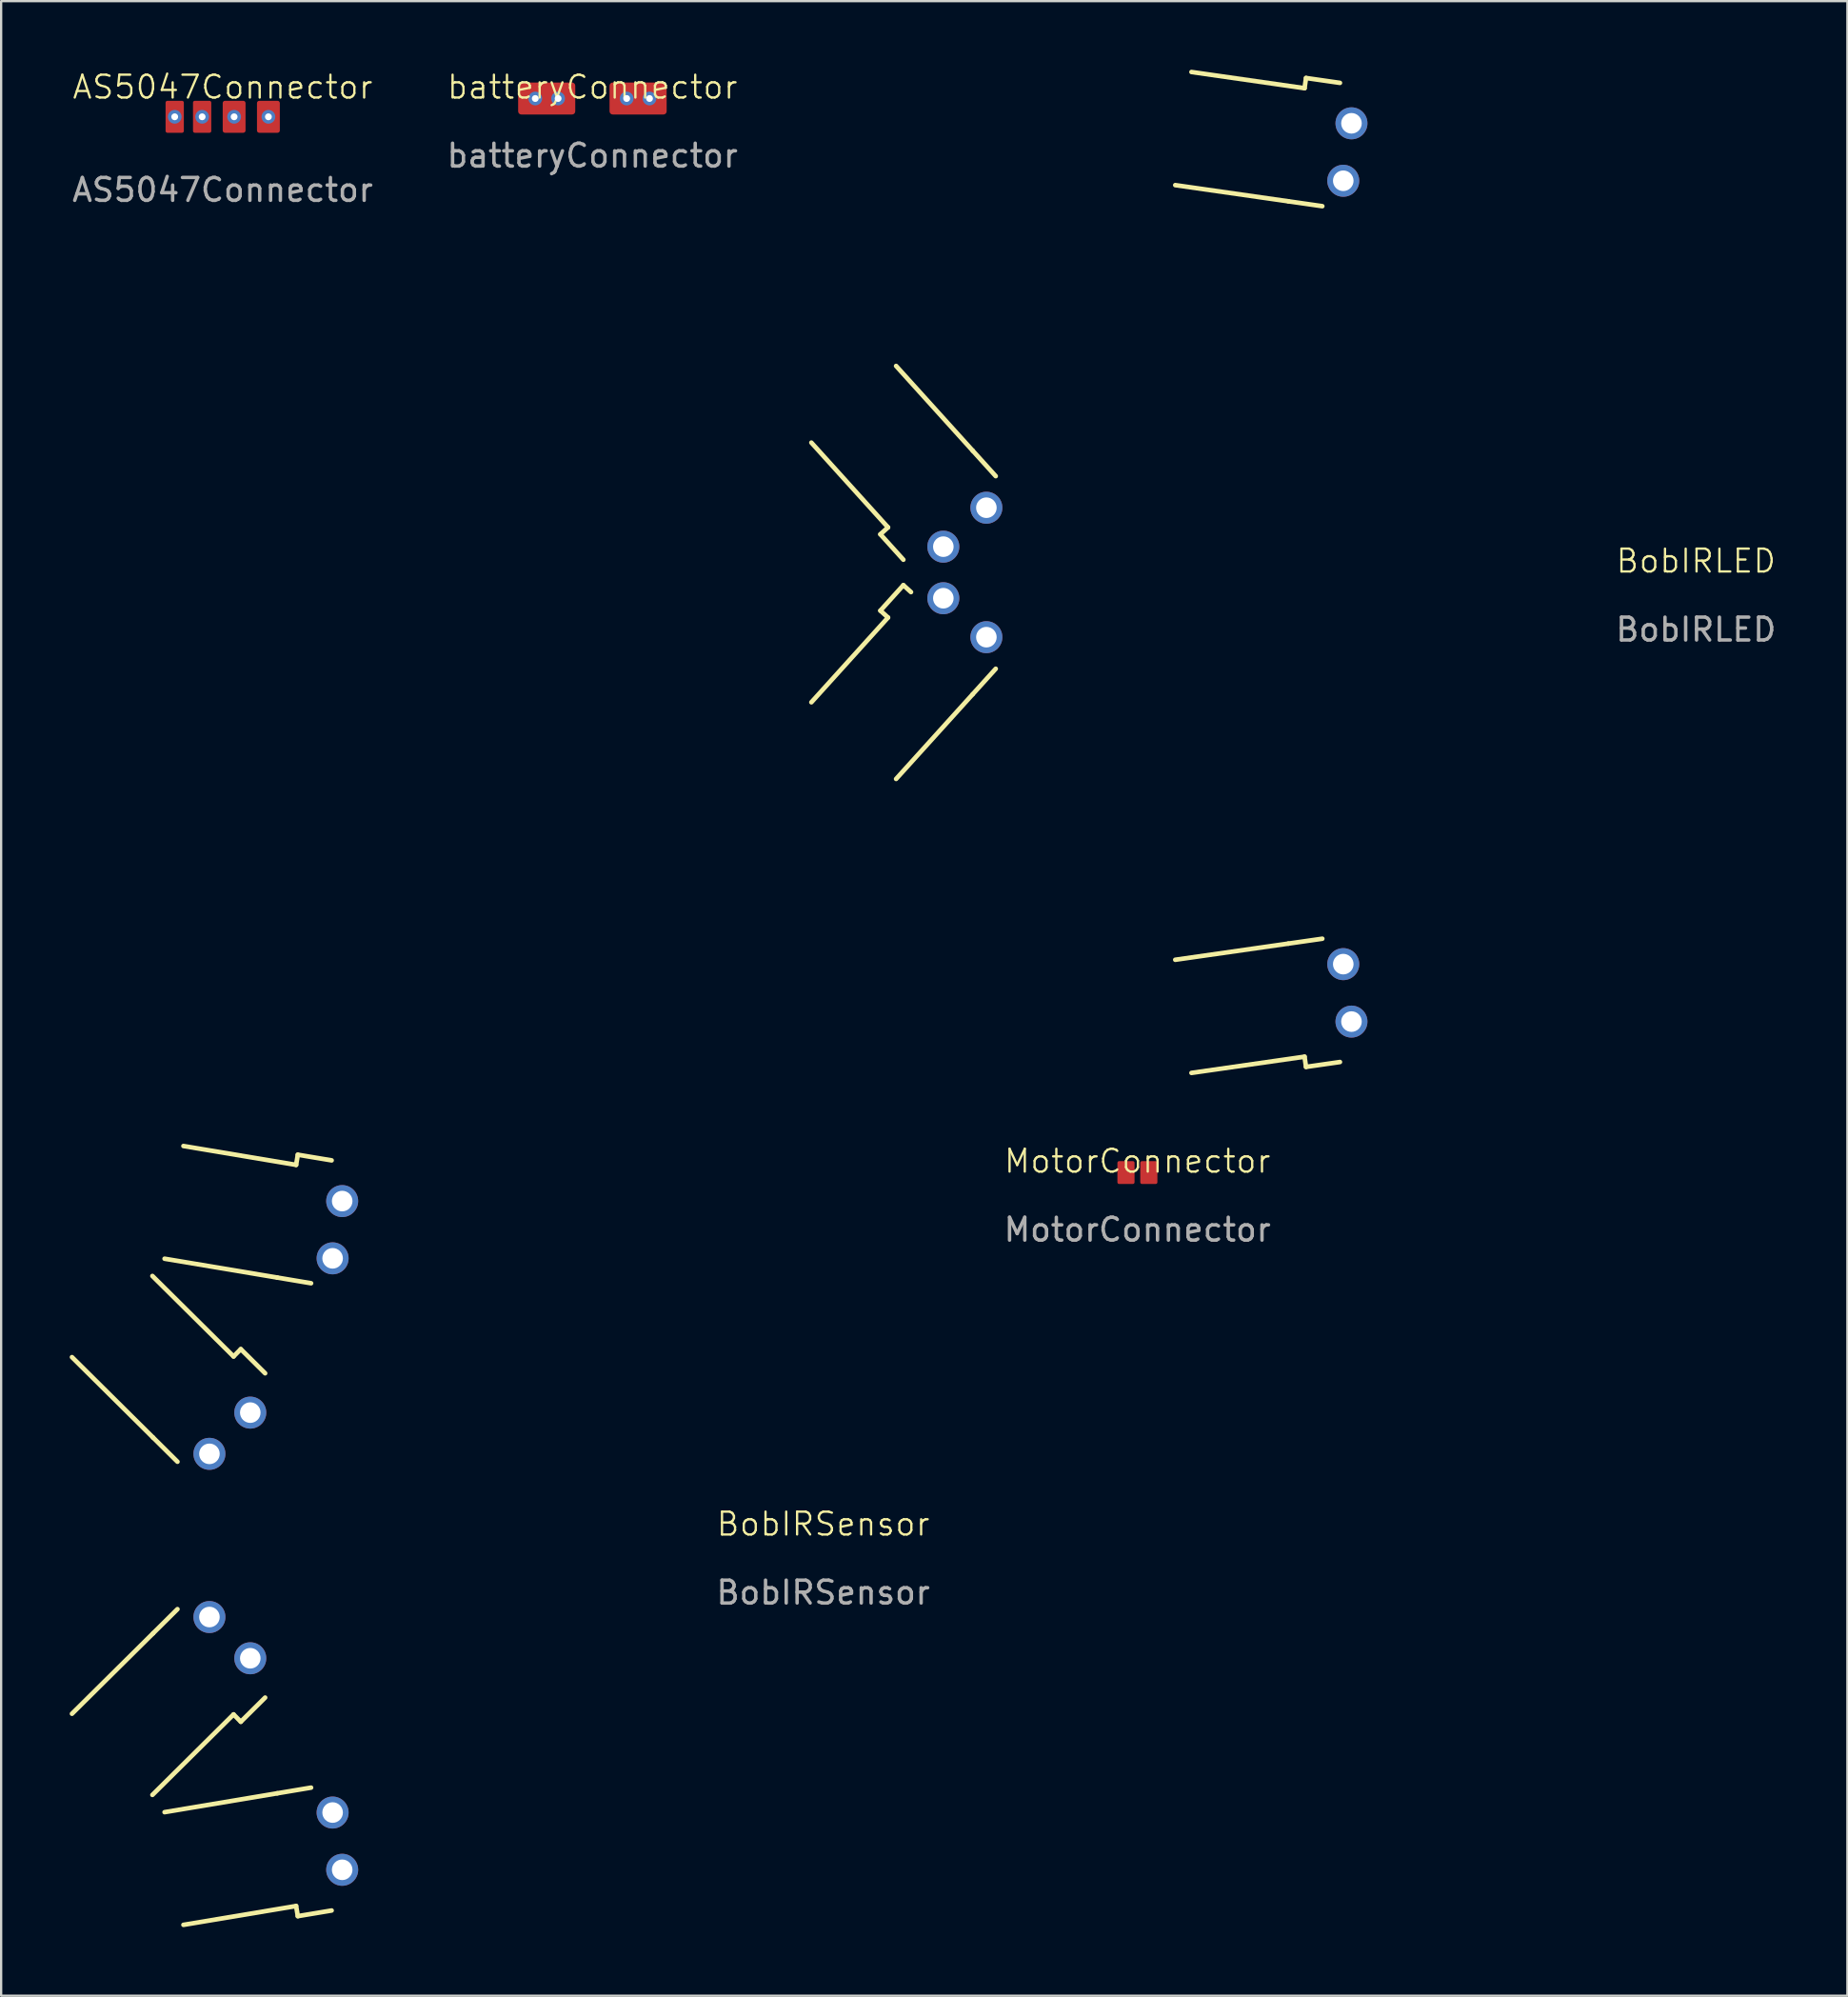
<source format=kicad_pcb>
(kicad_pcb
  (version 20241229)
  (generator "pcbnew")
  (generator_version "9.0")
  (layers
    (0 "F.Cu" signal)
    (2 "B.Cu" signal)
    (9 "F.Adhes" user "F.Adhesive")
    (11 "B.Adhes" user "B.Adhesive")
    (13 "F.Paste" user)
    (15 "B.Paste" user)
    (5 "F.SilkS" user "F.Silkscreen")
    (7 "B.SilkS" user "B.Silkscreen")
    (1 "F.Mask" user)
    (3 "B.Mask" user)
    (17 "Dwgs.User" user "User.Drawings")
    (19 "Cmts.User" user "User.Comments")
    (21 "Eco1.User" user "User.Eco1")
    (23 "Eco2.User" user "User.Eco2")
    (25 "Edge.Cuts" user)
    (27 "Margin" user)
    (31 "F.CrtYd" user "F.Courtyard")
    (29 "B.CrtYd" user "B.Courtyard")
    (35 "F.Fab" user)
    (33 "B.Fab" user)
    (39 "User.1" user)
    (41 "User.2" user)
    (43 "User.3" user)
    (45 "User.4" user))
  (footprint "MotorConnector"
    (layer "F.Cu")
    (at 46.726 48.252)
    (property "Reference" "MotorConnector" (at 0 -0.5 0) (unlocked yes) (layer "F.SilkS") (effects (font (size 1 1) (thickness 0.1))))
    (attr smd)
    (fp_text user "${REFERENCE}" (at 0 2.5 0) (unlocked yes) (layer "F.Fab") (effects (font (size 1 1) (thickness 0.15))))
    (pad "1" smd roundrect (at -0.5 0 90) (size 1 0.75) (layers "F.Cu" "F.Mask" "F.Paste") (roundrect_rratio 0.1))
    (pad "2" smd roundrect (at 0.5 0 90) (size 1 0.75) (layers "F.Cu" "F.Mask" "F.Paste") (roundrect_rratio 0.1)))
  (footprint "BobIRSensor"
    (layer "F.Cu")
    (at 32.976 64.129)
    (property "Reference" "BobIRSensor" (at 0 -0.5 0) (unlocked yes) (layer "F.SilkS") (effects (font (size 1 1) (thickness 0.1))))
    (attr through_hole)
    (fp_line (start -32.876 -7.801) (end -29.325 -4.281) (stroke (width 0.2) (type solid)) (layer "F.SilkS"))
    (fp_line (start -32.876 7.801) (end -29.325 4.281) (stroke (width 0.2) (type solid)) (layer "F.SilkS"))
    (fp_line (start -29.325 -4.281) (end -28.26 -3.225) (stroke (width 0.2) (type solid)) (layer "F.SilkS"))
    (fp_line (start -29.325 4.281) (end -28.26 3.225) (stroke (width 0.2) (type solid)) (layer "F.SilkS"))
    (fp_line (start -28.823 -12.107) (end -23.892 -11.282) (stroke (width 0.2) (type solid)) (layer "F.SilkS"))
    (fp_line (start -28.823 12.107) (end -23.892 11.282) (stroke (width 0.2) (type solid)) (layer "F.SilkS"))
    (fp_line (start -25.805 -7.831) (end -29.356 -11.352) (stroke (width 0.2) (type solid)) (layer "F.SilkS"))
    (fp_line (start -25.805 7.831) (end -29.356 11.352) (stroke (width 0.2) (type solid)) (layer "F.SilkS"))
    (fp_line (start -25.488 -8.151) (end -25.805 -7.831) (stroke (width 0.2) (type solid)) (layer "F.SilkS"))
    (fp_line (start -25.488 8.151) (end -25.805 7.831) (stroke (width 0.2) (type solid)) (layer "F.SilkS"))
    (fp_line (start -24.423 -7.095) (end -25.488 -8.151) (stroke (width 0.2) (type solid)) (layer "F.SilkS"))
    (fp_line (start -24.423 7.095) (end -25.488 8.151) (stroke (width 0.2) (type solid)) (layer "F.SilkS"))
    (fp_line (start -23.892 -11.282) (end -22.413 -11.034) (stroke (width 0.2) (type solid)) (layer "F.SilkS"))
    (fp_line (start -23.892 11.282) (end -22.413 11.034) (stroke (width 0.2) (type solid)) (layer "F.SilkS"))
    (fp_line (start -23.067 -16.213) (end -27.998 -17.038) (stroke (width 0.2) (type solid)) (layer "F.SilkS"))
    (fp_line (start -23.067 16.213) (end -27.998 17.038) (stroke (width 0.2) (type solid)) (layer "F.SilkS"))
    (fp_line (start -22.993 -16.657) (end -23.067 -16.213) (stroke (width 0.2) (type solid)) (layer "F.SilkS"))
    (fp_line (start -22.993 16.657) (end -23.067 16.213) (stroke (width 0.2) (type solid)) (layer "F.SilkS"))
    (fp_line (start -21.513 -16.41) (end -22.993 -16.657) (stroke (width 0.2) (type solid)) (layer "F.SilkS"))
    (fp_line (start -21.513 16.41) (end -22.993 16.657) (stroke (width 0.2) (type solid)) (layer "F.SilkS"))
    (fp_text user "${REFERENCE}" (at 0 2.5 0) (unlocked yes) (layer "F.Fab") (effects (font (size 1 1) (thickness 0.15))))
    (pad "FL1" thru_hole circle (at -21.47 12.124) (size 1.4 1.4) (drill 0.9) (layers "*.Cu" "F.Mask"))
    (pad "FL2" thru_hole circle (at -21.051 14.629) (size 1.4 1.4) (drill 0.9) (layers "*.Cu" "F.Mask"))
    (pad "FR1" thru_hole circle (at -21.47 -12.124) (size 1.4 1.4) (drill 0.9) (layers "*.Cu" "F.Mask"))
    (pad "FR2" thru_hole circle (at -21.051 -14.629) (size 1.4 1.4) (drill 0.9) (layers "*.Cu" "F.Mask"))
    (pad "SL1" thru_hole circle (at -26.861 3.57) (size 1.4 1.4) (drill 0.9) (layers "*.Cu" "F.Mask"))
    (pad "SL2" thru_hole circle (at -25.073 5.374) (size 1.4 1.4) (drill 0.9) (layers "*.Cu" "F.Mask"))
    (pad "SR1" thru_hole circle (at -26.861 -3.57) (size 1.4 1.4) (drill 0.9) (layers "*.Cu" "F.Mask"))
    (pad "SR2" thru_hole circle (at -25.073 -5.374 90) (size 1.4 1.4) (drill 0.9) (layers "*.Cu" "F.Mask")))
  (footprint "AS5047Connector"
    (layer "F.Cu")
    (at 6.696 2.76)
    (property "Reference" "AS5047Connector" (at 0 -2 0) (unlocked yes) (layer "F.SilkS") (effects (font (size 1 1) (thickness 0.1))))
    (attr smd)
    (fp_rect (start -2.5 0) (end 2.5 0.8) (stroke (width 0.1) (type default)) (fill no) (layer "User.6"))
    (fp_text user "${REFERENCE}" (at 0 2.5 0) (unlocked yes) (layer "F.Fab") (effects (font (size 1 1) (thickness 0.15))))
    (pad "1" thru_hole circle (at -2.1 -0.7 90) (size 0.6 0.6) (drill 0.3) (layers "*.Cu" "*.Mask"))
    (pad "1" smd roundrect (at -2.1 -0.7 90) (size 1.4 0.8) (layers "F.Cu" "F.Mask" "F.Paste") (roundrect_rratio 0.1))
    (pad "2" thru_hole circle (at -0.9 -0.7 90) (size 0.6 0.6) (drill 0.3) (layers "*.Cu" "*.Mask"))
    (pad "2" smd roundrect (at -0.9 -0.7 90) (size 1.4 0.8) (layers "F.Cu" "F.Mask" "F.Paste") (roundrect_rratio 0.1))
    (pad "3" thru_hole circle (at 0.5 -0.7 90) (size 0.6 0.6) (drill 0.3) (layers "*.Cu" "*.Mask"))
    (pad "3" smd roundrect (at 0.5 -0.7 90) (size 1.4 1) (layers "F.Cu" "F.Mask" "F.Paste") (roundrect_rratio 0.1))
    (pad "4" thru_hole circle (at 2 -0.7 90) (size 0.6 0.6) (drill 0.3) (layers "*.Cu" "*.Mask"))
    (pad "4" smd roundrect (at 2 -0.7 90) (size 1.4 1) (layers "F.Cu" "F.Mask" "F.Paste") (roundrect_rratio 0.1)))
  (footprint "BobIRLED"
    (layer "F.Cu")
    (at 71.172 21.996)
    (property "Reference" "BobIRLED" (at 0 -0.5 0) (unlocked yes) (layer "F.SilkS") (effects (font (size 1 1) (thickness 0.1))))
    (attr through_hole)
    (fp_line (start -38.714 -5.68) (end -35.36 -1.972) (stroke (width 0.2) (type solid)) (layer "F.SilkS"))
    (fp_line (start -38.714 5.68) (end -35.36 1.972) (stroke (width 0.2) (type solid)) (layer "F.SilkS"))
    (fp_line (start -35.694 -1.67) (end -34.688 -0.557) (stroke (width 0.2) (type solid)) (layer "F.SilkS"))
    (fp_line (start -35.694 1.67) (end -34.688 0.557) (stroke (width 0.2) (type solid)) (layer "F.SilkS"))
    (fp_line (start -35.36 -1.972) (end -35.694 -1.67) (stroke (width 0.2) (type solid)) (layer "F.SilkS"))
    (fp_line (start -35.36 1.972) (end -35.694 1.67) (stroke (width 0.2) (type solid)) (layer "F.SilkS"))
    (fp_line (start -34.354 0.859) (end -34.688 0.557) (stroke (width 0.2) (type solid)) (layer "F.SilkS"))
    (fp_line (start -31.652 -5.326) (end -35.006 -9.034) (stroke (width 0.2) (type solid)) (layer "F.SilkS"))
    (fp_line (start -31.652 -5.326) (end -30.646 -4.214) (stroke (width 0.2) (type solid)) (layer "F.SilkS"))
    (fp_line (start -31.652 5.326) (end -35.006 9.034) (stroke (width 0.2) (type solid)) (layer "F.SilkS"))
    (fp_line (start -31.652 5.326) (end -30.646 4.214) (stroke (width 0.2) (type solid)) (layer "F.SilkS"))
    (fp_line (start -22.789 -16.946) (end -17.839 -16.238) (stroke (width 0.2) (type solid)) (layer "F.SilkS"))
    (fp_line (start -22.789 16.946) (end -17.839 16.238) (stroke (width 0.2) (type solid)) (layer "F.SilkS"))
    (fp_line (start -17.839 -16.238) (end -16.354 -16.025) (stroke (width 0.2) (type solid)) (layer "F.SilkS"))
    (fp_line (start -17.839 16.238) (end -16.354 16.025) (stroke (width 0.2) (type solid)) (layer "F.SilkS"))
    (fp_line (start -17.131 -21.187) (end -22.08 -21.896) (stroke (width 0.2) (type solid)) (layer "F.SilkS"))
    (fp_line (start -17.131 21.187) (end -22.08 21.896) (stroke (width 0.2) (type solid)) (layer "F.SilkS"))
    (fp_line (start -17.067 -21.633) (end -17.131 -21.187) (stroke (width 0.2) (type solid)) (layer "F.SilkS"))
    (fp_line (start -17.067 21.633) (end -17.131 21.187) (stroke (width 0.2) (type solid)) (layer "F.SilkS"))
    (fp_line (start -15.582 -21.42) (end -17.067 -21.633) (stroke (width 0.2) (type solid)) (layer "F.SilkS"))
    (fp_line (start -15.582 21.42) (end -17.067 21.633) (stroke (width 0.2) (type solid)) (layer "F.SilkS"))
    (fp_text user "${REFERENCE}" (at 0 2.5 0) (unlocked yes) (layer "F.Fab") (effects (font (size 1 1) (thickness 0.15))))
    (pad "FL1" thru_hole circle (at -15.437 17.137) (size 1.4 1.4) (drill 0.9) (layers "*.Cu" "F.Mask"))
    (pad "FL2" thru_hole circle (at -15.078 19.651) (size 1.4 1.4) (drill 0.9) (layers "*.Cu" "F.Mask"))
    (pad "FR1" thru_hole circle (at -15.437 -17.137) (size 1.4 1.4) (drill 0.9) (layers "*.Cu" "F.Mask"))
    (pad "FR2" thru_hole circle (at -15.078 -19.651) (size 1.4 1.4) (drill 0.9) (layers "*.Cu" "F.Mask"))
    (pad "SL1" thru_hole circle (at -31.055 2.832) (size 1.4 1.4) (drill 0.9) (layers "*.Cu" "F.Mask"))
    (pad "SL2" thru_hole circle (at -32.939 1.128) (size 1.4 1.4) (drill 0.9) (layers "*.Cu" "F.Mask"))
    (pad "SR1" thru_hole circle (at -31.055 -2.832) (size 1.4 1.4) (drill 0.9) (layers "*.Cu" "F.Mask"))
    (pad "SR2" thru_hole circle (at -32.939 -1.128) (size 1.4 1.4) (drill 0.9) (layers "*.Cu" "F.Mask")))
  (footprint "batteryConnector"
    (layer "F.Cu")
    (at 22.875 1.26)
    (property "Reference" "batteryConnector" (at 0 -0.5 0) (unlocked yes) (layer "F.SilkS") (effects (font (size 1 1) (thickness 0.1))))
    (attr smd)
    (fp_text user "${REFERENCE}" (at 0 2.5 0) (unlocked yes) (layer "F.Fab") (effects (font (size 1 1) (thickness 0.15))))
    (pad "1" thru_hole circle (at -2.5 0 90) (size 0.6 0.6) (drill 0.3) (layers "*.Cu" "*.Mask"))
    (pad "1" smd roundrect (at -2 0 90) (size 1.4 2.5) (layers "F.Cu" "F.Mask" "F.Paste") (roundrect_rratio 0.1))
    (pad "1" thru_hole circle (at -1.5 0 90) (size 0.6 0.6) (drill 0.3) (layers "*.Cu" "*.Mask"))
    (pad "2" thru_hole circle (at 1.5 0 90) (size 0.6 0.6) (drill 0.3) (layers "*.Cu" "*.Mask"))
    (pad "2" smd roundrect (at 2 0 90) (size 1.4 2.5) (layers "F.Cu" "F.Mask" "F.Paste") (roundrect_rratio 0.1))
    (pad "2" thru_hole circle (at 2.5 0 90) (size 0.6 0.6) (drill 0.3) (layers "*.Cu" "*.Mask")))
  (gr_rect
    (start -3 -3)
    (end 77.797 84.268)
    (stroke (width 0.1) (type default))
    (fill no)
    (layer "Edge.Cuts")))
</source>
